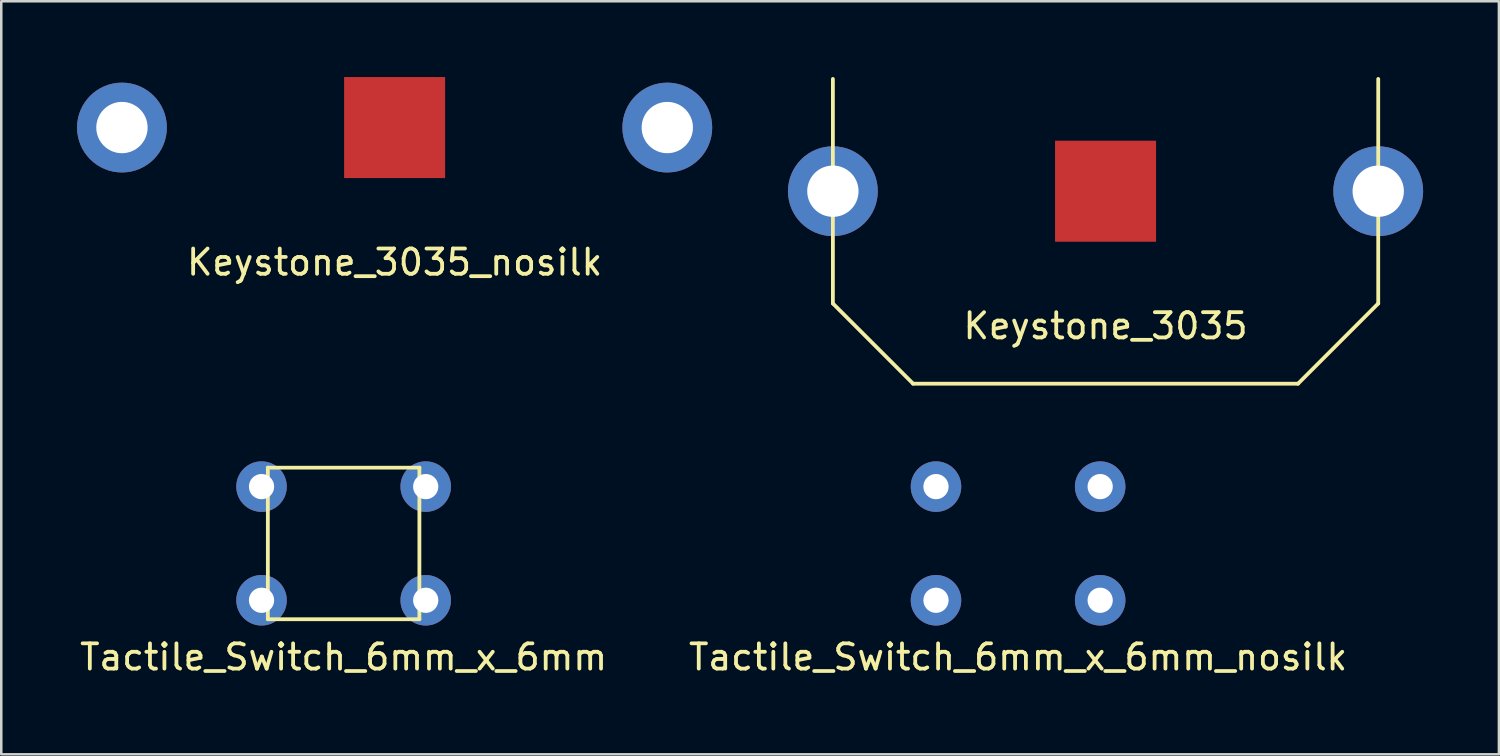
<source format=kicad_pcb>
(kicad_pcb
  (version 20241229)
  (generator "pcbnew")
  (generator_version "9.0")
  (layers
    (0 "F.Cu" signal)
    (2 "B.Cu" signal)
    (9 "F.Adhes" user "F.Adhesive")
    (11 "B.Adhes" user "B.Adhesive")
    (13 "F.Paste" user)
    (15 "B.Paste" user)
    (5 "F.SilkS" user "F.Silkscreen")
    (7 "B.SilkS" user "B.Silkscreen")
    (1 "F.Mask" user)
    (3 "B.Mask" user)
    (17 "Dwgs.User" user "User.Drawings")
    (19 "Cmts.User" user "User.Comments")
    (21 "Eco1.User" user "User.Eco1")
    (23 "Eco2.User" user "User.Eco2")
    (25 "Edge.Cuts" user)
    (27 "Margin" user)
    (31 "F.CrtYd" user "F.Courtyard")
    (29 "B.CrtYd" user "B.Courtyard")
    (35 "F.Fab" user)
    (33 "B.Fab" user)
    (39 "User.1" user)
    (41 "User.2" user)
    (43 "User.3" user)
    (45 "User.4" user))
  (footprint "Keystone_3035"
    (layer "F.Cu")
    (at 40.719 4.52)
    (property "Reference" "Keystone_3035" (at 0 5.334 0) (layer "F.SilkS") (effects (font (size 1 1) (thickness 0.15))))
    (attr through_hole)
    (fp_line (start -10.795 4.445) (end -10.795 -4.445) (stroke (width 0.15) (type solid)) (layer "F.SilkS"))
    (fp_line (start -7.62 7.62) (end -10.795 4.445) (stroke (width 0.15) (type solid)) (layer "F.SilkS"))
    (fp_line (start -7.62 7.62) (end 7.62 7.62) (stroke (width 0.15) (type solid)) (layer "F.SilkS"))
    (fp_line (start 7.62 7.62) (end 10.795 4.445) (stroke (width 0.15) (type solid)) (layer "F.SilkS"))
    (fp_line (start 10.795 -4.445) (end 10.795 4.445) (stroke (width 0.15) (type solid)) (layer "F.SilkS"))
    (pad "1" thru_hole circle (at -10.795 0) (size 3.556 3.556) (drill 2.032) (layers "*.Cu" "*.Mask"))
    (pad "1" thru_hole circle (at 10.795 0) (size 3.556 3.556) (drill 2.032) (layers "*.Cu" "*.Mask"))
    (pad "2" smd rect (at 0 0) (size 4 4) (layers "F.Cu" "F.Mask" "F.Paste")))
  (footprint "Tactile_Switch_6mm_x_6mm"
    (layer "F.Cu")
    (at 10.554 18.465)
    (property "Reference" "Tactile_Switch_6mm_x_6mm" (at 0 4.5 0) (layer "F.SilkS") (effects (font (size 1 1) (thickness 0.15))))
    (attr through_hole)
    (fp_line (start -3 -3) (end 3 -3) (stroke (width 0.15) (type solid)) (layer "F.SilkS"))
    (fp_line (start -3 3) (end -3 -3) (stroke (width 0.15) (type solid)) (layer "F.SilkS"))
    (fp_line (start 3 -3) (end 3 3) (stroke (width 0.15) (type solid)) (layer "F.SilkS"))
    (fp_line (start 3 3) (end -3 3) (stroke (width 0.15) (type solid)) (layer "F.SilkS"))
    (pad "1" thru_hole circle (at -3.25 -2.25) (size 2 2) (drill 1) (layers "*.Cu" "*.Mask"))
    (pad "1" thru_hole circle (at 3.25 -2.25) (size 2 2) (drill 1) (layers "*.Cu" "*.Mask"))
    (pad "2" thru_hole circle (at -3.25 2.25) (size 2 2) (drill 1) (layers "*.Cu" "*.Mask"))
    (pad "2" thru_hole circle (at 3.25 2.25) (size 2 2) (drill 1) (layers "*.Cu" "*.Mask")))
  (footprint "Tactile_Switch_6mm_x_6mm_nosilk"
    (layer "F.Cu")
    (at 37.256 18.465)
    (property "Reference" "Tactile_Switch_6mm_x_6mm_nosilk" (at 0 4.5 0) (layer "F.SilkS") (effects (font (size 1 1) (thickness 0.15))))
    (attr through_hole)
    (pad "1" thru_hole circle (at -3.25 -2.25) (size 2 2) (drill 1) (layers "*.Cu" "*.Mask"))
    (pad "1" thru_hole circle (at 3.25 -2.25) (size 2 2) (drill 1) (layers "*.Cu" "*.Mask"))
    (pad "2" thru_hole circle (at -3.25 2.25) (size 2 2) (drill 1) (layers "*.Cu" "*.Mask"))
    (pad "2" thru_hole circle (at 3.25 2.25) (size 2 2) (drill 1) (layers "*.Cu" "*.Mask")))
  (footprint "Keystone_3035_nosilk"
    (layer "F.Cu")
    (at 12.573 2)
    (property "Reference" "Keystone_3035_nosilk" (at 0 5.334 0) (layer "F.SilkS") (effects (font (size 1 1) (thickness 0.15))))
    (attr through_hole)
    (pad "1" thru_hole circle (at -10.795 0) (size 3.556 3.556) (drill 2.032) (layers "*.Cu" "*.Mask"))
    (pad "1" thru_hole circle (at 10.795 0) (size 3.556 3.556) (drill 2.032) (layers "*.Cu" "*.Mask"))
    (pad "2" smd rect (at 0 0) (size 4 4) (layers "F.Cu" "F.Mask" "F.Paste")))
  (gr_rect
    (start -3 -3)
    (end 56.292 26.813)
    (stroke (width 0.1) (type default))
    (fill no)
    (layer "Edge.Cuts")))
</source>
